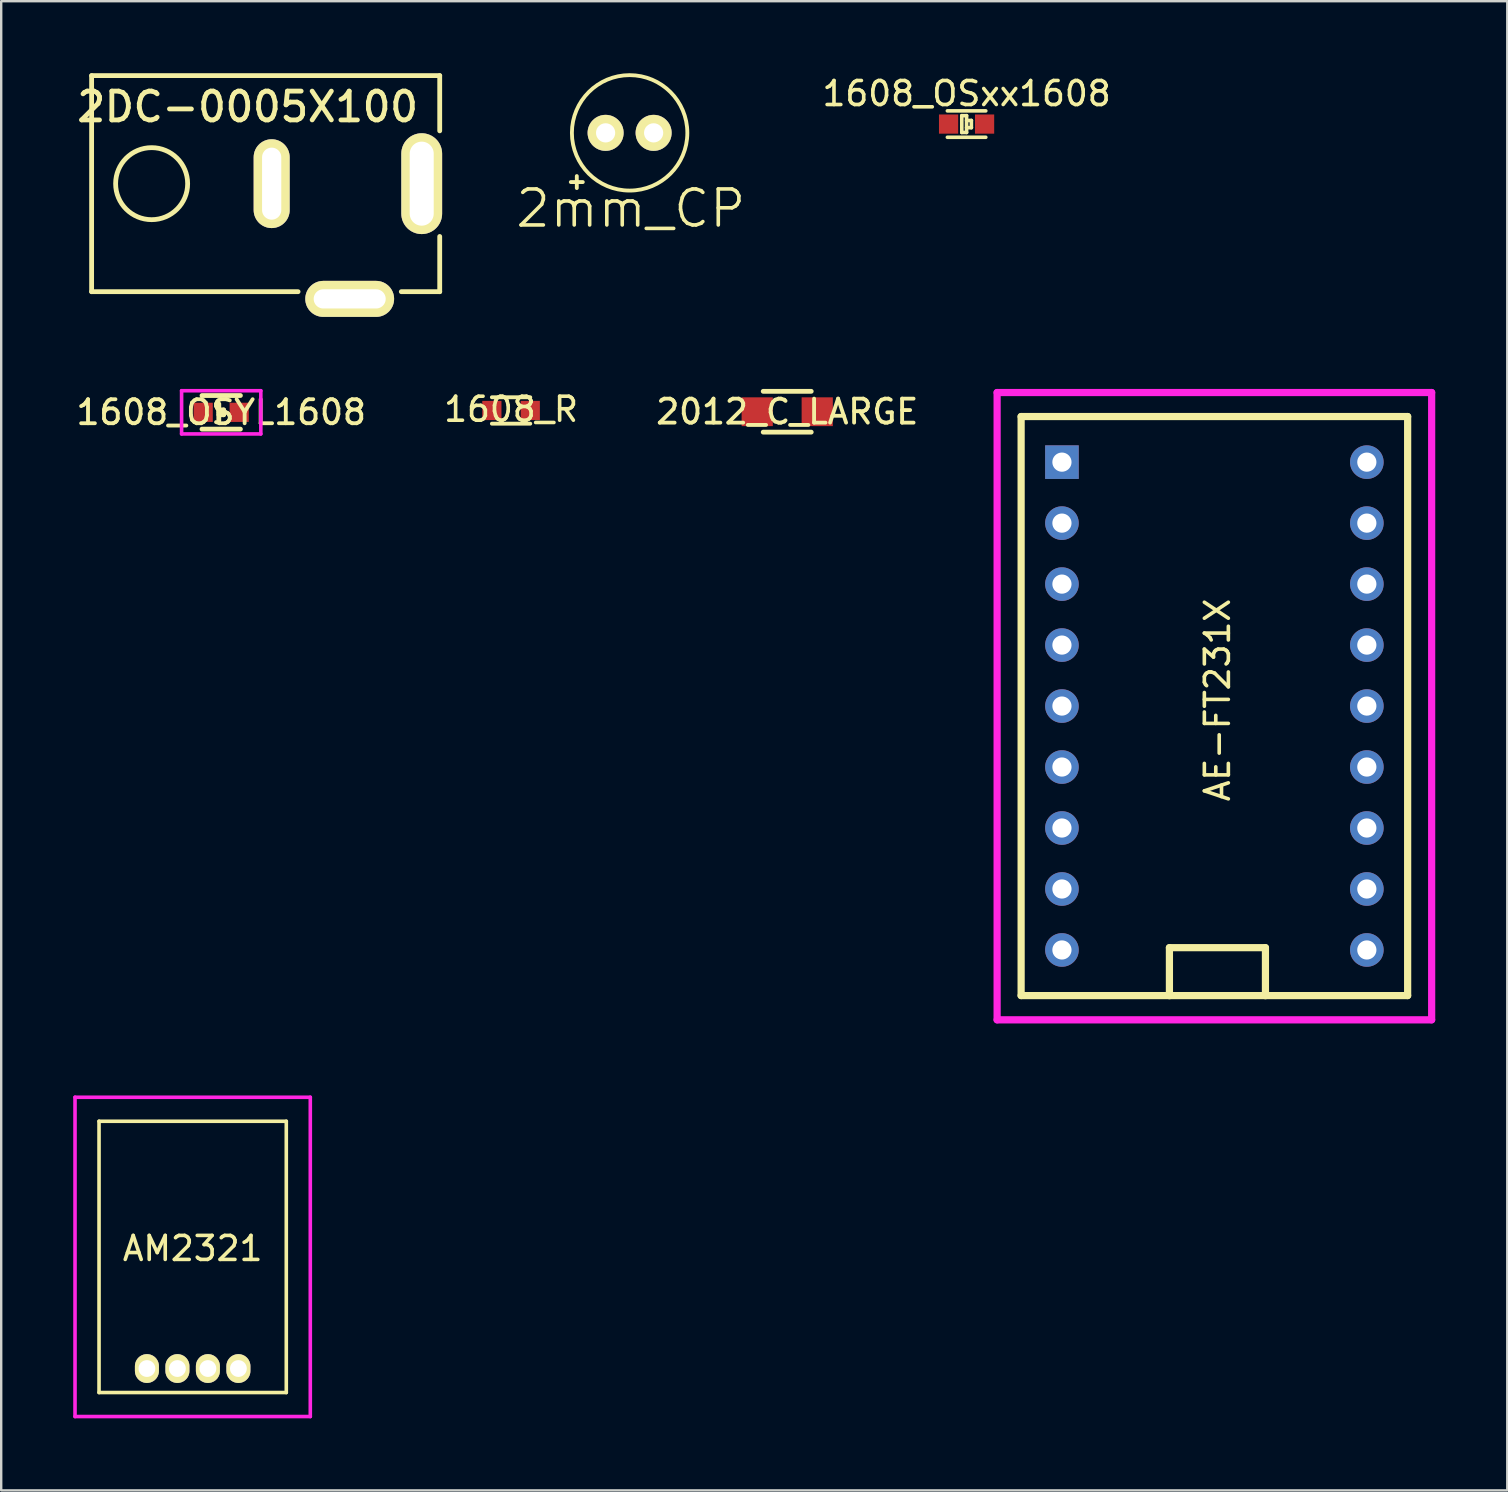
<source format=kicad_pcb>
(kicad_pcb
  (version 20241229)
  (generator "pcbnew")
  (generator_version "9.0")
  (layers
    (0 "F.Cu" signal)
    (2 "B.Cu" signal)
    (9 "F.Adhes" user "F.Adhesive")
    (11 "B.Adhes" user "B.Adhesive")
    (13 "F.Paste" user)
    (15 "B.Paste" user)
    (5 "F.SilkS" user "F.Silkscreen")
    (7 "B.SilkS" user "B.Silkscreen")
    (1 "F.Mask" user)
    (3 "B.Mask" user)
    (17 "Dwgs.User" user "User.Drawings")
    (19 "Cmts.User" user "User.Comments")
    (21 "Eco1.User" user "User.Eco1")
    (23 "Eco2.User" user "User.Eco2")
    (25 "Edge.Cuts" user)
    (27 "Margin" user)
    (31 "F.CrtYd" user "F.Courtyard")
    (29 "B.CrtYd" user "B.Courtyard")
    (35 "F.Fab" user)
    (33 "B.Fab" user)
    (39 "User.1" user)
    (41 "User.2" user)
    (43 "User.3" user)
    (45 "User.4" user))
  (footprint "1608_R"
    (layer "F.Cu")
    (at 18.238 14.048)
    (property "Reference" "1608_R" (at 0 -0.05 0) (layer "F.SilkS") (effects (font (size 1 1) (thickness 0.15))))
    (attr through_hole)
    (fp_line (start -0.8 -0.55) (end 0.8 -0.55) (stroke (width 0.16) (type solid)) (layer "F.SilkS"))
    (fp_line (start -0.8 0.55) (end 0.8 0.55) (stroke (width 0.16) (type solid)) (layer "F.SilkS"))
    (pad "1" smd rect (at -0.8 0) (size 0.8 0.8) (layers "F.Cu" "F.Mask" "F.Paste"))
    (pad "2" smd rect (at 0.8 0) (size 0.8 0.8) (layers "F.Cu" "F.Mask" "F.Paste")))
  (footprint "2DC-0005X100"
    (layer "F.Cu")
    (at 0.766 4.6)
    (property "Reference" "2DC-0005X100" (at 6.5 -3.2 0) (layer "F.SilkS") (effects (font (size 1.2 1.2) (thickness 0.2))))
    (attr through_hole)
    (fp_line (start 0 -4.5) (end 14.5 -4.5) (stroke (width 0.2) (type solid)) (layer "F.SilkS"))
    (fp_line (start 0 4.5) (end 0 -4.5) (stroke (width 0.2) (type solid)) (layer "F.SilkS"))
    (fp_line (start 8.6 4.5) (end 0 4.5) (stroke (width 0.2) (type solid)) (layer "F.SilkS"))
    (fp_line (start 14.5 -4.5) (end 14.5 -2.2) (stroke (width 0.2) (type solid)) (layer "F.SilkS"))
    (fp_line (start 14.5 2.2) (end 14.5 4.5) (stroke (width 0.2) (type solid)) (layer "F.SilkS"))
    (fp_line (start 14.5 4.5) (end 12.9 4.5) (stroke (width 0.2) (type solid)) (layer "F.SilkS"))
    (fp_circle (center 2.5 0) (end 4 0) (stroke (width 0.2) (type solid)) (fill no) (layer "F.SilkS"))
    (pad "1" thru_hole oval (at 13.75 0) (size 1.7 4.2) (drill oval 1 3.5) (layers "*.Cu" "*.Mask" "F.SilkS"))
    (pad "2" thru_hole oval (at 7.5 0) (size 1.5 3.7) (drill oval 0.8 3) (layers "*.Cu" "*.Mask" "F.SilkS"))
    (pad "3" thru_hole oval (at 10.75 4.8) (size 3.7 1.5) (drill oval 3 0.8) (layers "*.Cu" "*.Mask" "F.SilkS")))
  (footprint "1608_OSxx1608"
    (layer "F.Cu")
    (at 37.212 2.118)
    (property "Reference" "1608_OSxx1608" (at 0 -1.27 0) (layer "F.SilkS") (effects (font (size 1 1) (thickness 0.15))))
    (attr through_hole)
    (fp_line (start -0.8 -0.55) (end 0.8 -0.55) (stroke (width 0.15) (type solid)) (layer "F.SilkS"))
    (fp_line (start -0.8 0.55) (end 0.8 0.55) (stroke (width 0.15) (type solid)) (layer "F.SilkS"))
    (fp_line (start -0.2 -0.35) (end -0.2 0.35) (stroke (width 0.15) (type solid)) (layer "F.SilkS"))
    (fp_line (start -0.2 0.35) (end 0 0.35) (stroke (width 0.15) (type solid)) (layer "F.SilkS"))
    (fp_line (start 0 -0.35) (end -0.2 -0.35) (stroke (width 0.15) (type solid)) (layer "F.SilkS"))
    (fp_line (start 0 -0.15) (end 0.2 -0.15) (stroke (width 0.15) (type solid)) (layer "F.SilkS"))
    (fp_line (start 0 0.35) (end 0 -0.35) (stroke (width 0.15) (type solid)) (layer "F.SilkS"))
    (fp_line (start 0.2 -0.15) (end 0.2 0.15) (stroke (width 0.15) (type solid)) (layer "F.SilkS"))
    (fp_line (start 0.2 0.15) (end 0 0.15) (stroke (width 0.15) (type solid)) (layer "F.SilkS"))
    (pad "1" smd rect (at -0.75 0) (size 0.8 0.8) (layers "F.Cu" "F.Mask" "F.Paste"))
    (pad "2" smd rect (at 0.75 0) (size 0.8 0.8) (layers "F.Cu" "F.Mask" "F.Paste")))
  (footprint "1608_OSYL1608"
    (layer "F.Cu")
    (at 6.164 14.125)
    (property "Reference" "1608_OSYL1608" (at 0 0 0) (layer "F.SilkS") (effects (font (size 1 1) (thickness 0.16))))
    (attr through_hole)
    (fp_line (start -0.8 -0.7) (end 0.8 -0.7) (stroke (width 0.2) (type solid)) (layer "F.SilkS"))
    (fp_line (start -0.8 0.7) (end 0.8 0.7) (stroke (width 0.2) (type solid)) (layer "F.SilkS"))
    (fp_line (start -0.1 -0.35) (end -0.1 0.35) (stroke (width 0.2) (type solid)) (layer "F.SilkS"))
    (fp_line (start -0.1 0) (end 0.1 0) (stroke (width 0.2) (type solid)) (layer "F.SilkS"))
    (fp_line (start 0.1 -0.1) (end -0.1 -0.1) (stroke (width 0.2) (type solid)) (layer "F.SilkS"))
    (fp_line (start 0.1 0) (end 0.1 -0.1) (stroke (width 0.2) (type solid)) (layer "F.SilkS"))
    (fp_line (start 0.1 0) (end 0.1 0.1) (stroke (width 0.2) (type solid)) (layer "F.SilkS"))
    (fp_line (start 0.1 0.1) (end -0.1 0.1) (stroke (width 0.2) (type solid)) (layer "F.SilkS"))
    (fp_line (start -1.65 -0.9) (end -1.65 0.9) (stroke (width 0.15) (type solid)) (layer "F.CrtYd"))
    (fp_line (start -1.65 0.9) (end 1.65 0.9) (stroke (width 0.15) (type solid)) (layer "F.CrtYd"))
    (fp_line (start 1.65 -0.9) (end -1.65 -0.9) (stroke (width 0.15) (type solid)) (layer "F.CrtYd"))
    (fp_line (start 1.65 0.9) (end 1.65 -0.9) (stroke (width 0.15) (type solid)) (layer "F.CrtYd"))
    (pad "1" smd rect (at -0.75 0) (size 0.8 0.8) (layers "F.Cu" "F.Mask" "F.Paste"))
    (pad "2" smd rect (at 0.75 0) (size 0.8 0.8) (layers "F.Cu" "F.Mask" "F.Paste")))
  (footprint "AE-FT231X"
    (layer "F.Cu")
    (at 47.661 26.36)
    (property "Reference" "AE-FT231X" (at 0 -0.254 90) (layer "F.SilkS") (effects (font (size 1 1) (thickness 0.15))))
    (attr through_hole)
    (fp_line (start -8.177 -12.06) (end 7.923 -12.06) (stroke (width 0.3) (type solid)) (layer "F.SilkS"))
    (fp_line (start -8.177 12.06) (end -8.177 -12.06) (stroke (width 0.3) (type solid)) (layer "F.SilkS"))
    (fp_line (start -2 10.065) (end 2 10.065) (stroke (width 0.3) (type solid)) (layer "F.SilkS"))
    (fp_line (start -2 12.065) (end -2 10.065) (stroke (width 0.3) (type solid)) (layer "F.SilkS"))
    (fp_line (start 2 10.065) (end 2 12.065) (stroke (width 0.3) (type solid)) (layer "F.SilkS"))
    (fp_line (start 7.923 -12.06) (end 7.923 12.06) (stroke (width 0.3) (type solid)) (layer "F.SilkS"))
    (fp_line (start 7.923 12.06) (end -8.177 12.06) (stroke (width 0.3) (type solid)) (layer "F.SilkS"))
    (fp_line (start -9.177 -13.06) (end 8.923 -13.06) (stroke (width 0.3) (type solid)) (layer "F.CrtYd"))
    (fp_line (start -9.177 13.07) (end -9.177 -13.06) (stroke (width 0.3) (type solid)) (layer "F.CrtYd"))
    (fp_line (start 8.923 -13.06) (end 8.923 13.07) (stroke (width 0.3) (type solid)) (layer "F.CrtYd"))
    (fp_line (start 8.923 13.07) (end -9.177 13.07) (stroke (width 0.3) (type solid)) (layer "F.CrtYd"))
    (pad "1" thru_hole rect (at -6.477 -10.16) (size 1.4 1.4) (drill 0.8) (layers "*.Cu" "*.Mask"))
    (pad "2" thru_hole circle (at -6.477 -7.62) (size 1.4 1.4) (drill 0.8) (layers "*.Cu" "*.Mask"))
    (pad "3" thru_hole circle (at -6.477 -5.08) (size 1.4 1.4) (drill 0.8) (layers "*.Cu" "*.Mask"))
    (pad "4" thru_hole circle (at -6.477 -2.54) (size 1.4 1.4) (drill 0.8) (layers "*.Cu" "*.Mask"))
    (pad "5" thru_hole circle (at -6.477 0) (size 1.4 1.4) (drill 0.8) (layers "*.Cu" "*.Mask"))
    (pad "6" thru_hole circle (at -6.477 2.54) (size 1.4 1.4) (drill 0.8) (layers "*.Cu" "*.Mask"))
    (pad "7" thru_hole circle (at -6.477 5.08) (size 1.4 1.4) (drill 0.8) (layers "*.Cu" "*.Mask"))
    (pad "8" thru_hole circle (at -6.477 7.62) (size 1.4 1.4) (drill 0.8) (layers "*.Cu" "*.Mask"))
    (pad "9" thru_hole circle (at -6.477 10.16) (size 1.4 1.4) (drill 0.8) (layers "*.Cu" "*.Mask"))
    (pad "10" thru_hole circle (at 6.223 10.16) (size 1.4 1.4) (drill 0.8) (layers "*.Cu" "*.Mask"))
    (pad "11" thru_hole circle (at 6.223 7.62) (size 1.4 1.4) (drill 0.8) (layers "*.Cu" "*.Mask"))
    (pad "12" thru_hole circle (at 6.223 5.08) (size 1.4 1.4) (drill 0.8) (layers "*.Cu" "*.Mask"))
    (pad "13" thru_hole circle (at 6.223 2.54) (size 1.4 1.4) (drill 0.8) (layers "*.Cu" "*.Mask"))
    (pad "14" thru_hole circle (at 6.223 0) (size 1.4 1.4) (drill 0.8) (layers "*.Cu" "*.Mask"))
    (pad "15" thru_hole circle (at 6.223 -2.54) (size 1.4 1.4) (drill 0.8) (layers "*.Cu" "*.Mask"))
    (pad "16" thru_hole circle (at 6.223 -5.08) (size 1.4 1.4) (drill 0.8) (layers "*.Cu" "*.Mask"))
    (pad "17" thru_hole circle (at 6.223 -7.62) (size 1.4 1.4) (drill 0.8) (layers "*.Cu" "*.Mask"))
    (pad "18" thru_hole circle (at 6.223 -10.16) (size 1.4 1.4) (drill 0.8) (layers "*.Cu" "*.Mask")))
  (footprint "AM2321"
    (layer "F.Cu")
    (at 4.975 53.955)
    (property "Reference" "AM2321" (at 0 -5 0) (layer "F.SilkS") (effects (font (size 1 1) (thickness 0.15))))
    (attr through_hole)
    (fp_line (start -3.9 -10.3) (end 3.9 -10.3) (stroke (width 0.15) (type solid)) (layer "F.SilkS"))
    (fp_line (start -3.9 1) (end -3.9 -10.3) (stroke (width 0.15) (type solid)) (layer "F.SilkS"))
    (fp_line (start 3.9 -10.3) (end 3.9 1) (stroke (width 0.15) (type solid)) (layer "F.SilkS"))
    (fp_line (start 3.9 1) (end -3.9 1) (stroke (width 0.15) (type solid)) (layer "F.SilkS"))
    (fp_line (start -4.9 -11.3) (end 4.9 -11.3) (stroke (width 0.15) (type solid)) (layer "F.CrtYd"))
    (fp_line (start -4.9 2) (end -4.9 -11.3) (stroke (width 0.15) (type solid)) (layer "F.CrtYd"))
    (fp_line (start 4.9 -11.3) (end 4.9 2) (stroke (width 0.15) (type solid)) (layer "F.CrtYd"))
    (fp_line (start 4.9 2) (end -4.9 2) (stroke (width 0.15) (type solid)) (layer "F.CrtYd"))
    (pad "1" thru_hole oval (at -1.905 0) (size 1 1.2) (drill 0.7) (layers "*.Cu" "*.Mask" "F.SilkS"))
    (pad "2" thru_hole oval (at -0.635 0) (size 1 1.2) (drill 0.7) (layers "*.Cu" "*.Mask" "F.SilkS"))
    (pad "3" thru_hole oval (at 0.635 0) (size 1 1.2) (drill 0.7) (layers "*.Cu" "*.Mask" "F.SilkS"))
    (pad "4" thru_hole oval (at 1.905 0) (size 1 1.2) (drill 0.7) (layers "*.Cu" "*.Mask" "F.SilkS")))
  (footprint "2mm_CP"
    (layer "F.Cu")
    (at 23.176 2.484)
    (property "Reference" "2mm_CP" (at 0.05 3.15 0) (layer "F.SilkS") (effects (font (size 1.5 1.5) (thickness 0.15))))
    (attr through_hole)
    (fp_line (start -2.45 2.05) (end -1.95 2.05) (stroke (width 0.16) (type solid)) (layer "F.SilkS"))
    (fp_line (start -2.2 1.8) (end -2.2 2.3) (stroke (width 0.16) (type solid)) (layer "F.SilkS"))
    (fp_circle (center 0 0) (end 1.7 1.7) (stroke (width 0.16) (type solid)) (fill no) (layer "F.SilkS"))
    (pad "1" thru_hole circle (at -1 0) (size 1.5 1.5) (drill 0.8) (layers "*.Cu" "*.Mask" "F.SilkS"))
    (pad "2" thru_hole circle (at 1 0) (size 1.5 1.5) (drill 0.8) (layers "*.Cu" "*.Mask" "F.SilkS")))
  (footprint "2012_C_LARGE"
    (layer "F.Cu")
    (at 29.741 14.1)
    (property "Reference" "2012_C_LARGE" (at 0 0 0) (layer "F.SilkS") (effects (font (size 1 1) (thickness 0.16))))
    (attr through_hole)
    (fp_line (start -1 -0.85) (end 1 -0.85) (stroke (width 0.2) (type solid)) (layer "F.SilkS"))
    (fp_line (start -1 0.85) (end 1 0.85) (stroke (width 0.2) (type solid)) (layer "F.SilkS"))
    (pad "1" smd rect (at -1 0) (size 1.3 1.2) (drill (offset -0.25 0)) (layers "F.Cu" "F.Mask" "F.Paste"))
    (pad "2" smd rect (at 1 0) (size 1.3 1.2) (drill (offset 0.25 0)) (layers "F.Cu" "F.Mask" "F.Paste")))
  (gr_rect
    (start -3 -3)
    (end 59.734 59.03)
    (stroke (width 0.1) (type default))
    (fill no)
    (layer "Edge.Cuts")))
</source>
